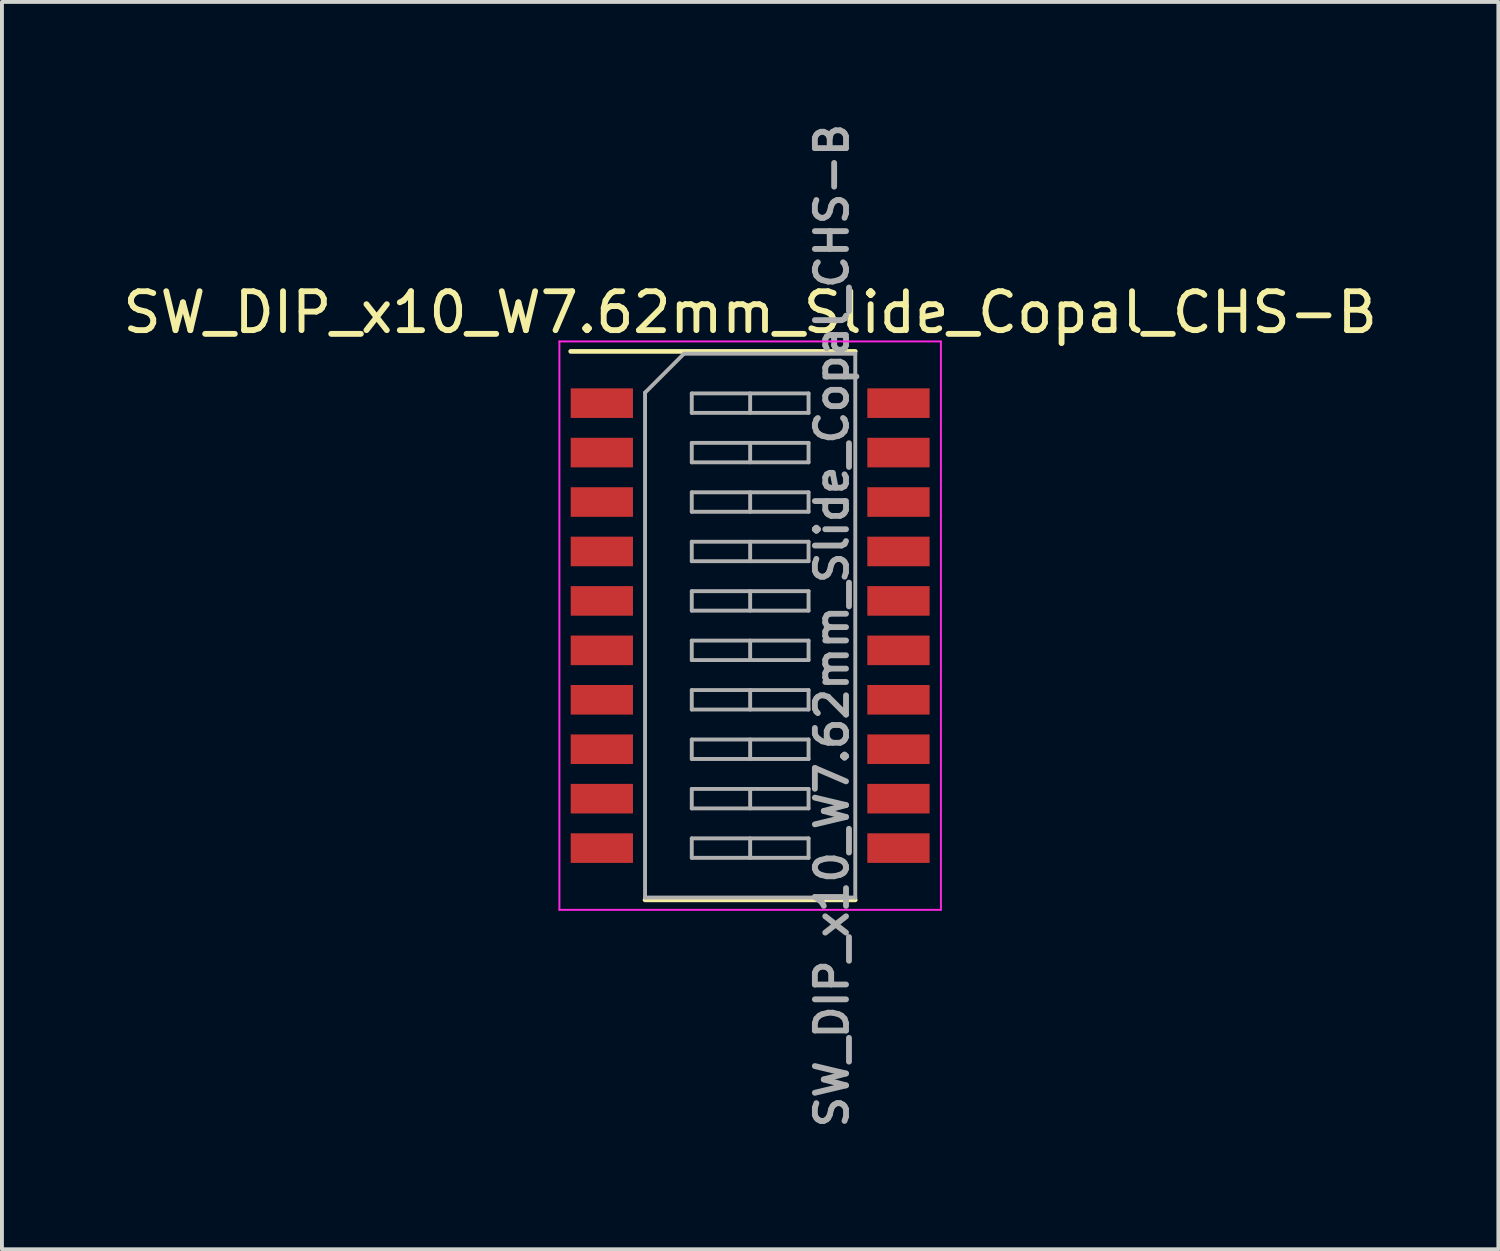
<source format=kicad_pcb>
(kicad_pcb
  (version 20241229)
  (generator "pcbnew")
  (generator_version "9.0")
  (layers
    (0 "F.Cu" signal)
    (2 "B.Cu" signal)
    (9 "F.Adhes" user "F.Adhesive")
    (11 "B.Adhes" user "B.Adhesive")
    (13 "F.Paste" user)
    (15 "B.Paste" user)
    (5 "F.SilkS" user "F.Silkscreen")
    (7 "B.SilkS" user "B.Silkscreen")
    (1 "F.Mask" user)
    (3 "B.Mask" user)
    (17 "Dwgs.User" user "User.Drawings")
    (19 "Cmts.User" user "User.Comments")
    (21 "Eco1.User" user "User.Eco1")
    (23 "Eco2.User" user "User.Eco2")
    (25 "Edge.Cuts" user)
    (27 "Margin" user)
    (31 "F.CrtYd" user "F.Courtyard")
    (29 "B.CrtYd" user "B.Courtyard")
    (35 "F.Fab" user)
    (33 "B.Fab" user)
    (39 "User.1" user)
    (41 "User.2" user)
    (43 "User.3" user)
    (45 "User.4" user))
  (footprint "SW_DIP_x10_W7.62mm_Slide_Copal_CHS-B"
    (layer "F.Cu")
    (at 16.22 13.021)
    (property "Reference" "SW_DIP_x10_W7.62mm_Slide_Copal_CHS-B" (at 0 -8.045 0) (layer "F.SilkS") (effects (font (size 1 1) (thickness 0.15))))
    (attr smd)
    (fp_line (start -4.61 -7.045) (end 2.7 -7.045) (stroke (width 0.12) (type solid)) (layer "F.SilkS"))
    (fp_line (start -2.7 7.045) (end 2.7 7.045) (stroke (width 0.12) (type solid)) (layer "F.SilkS"))
    (fp_line (start -4.9 -7.3) (end -4.9 7.3) (stroke (width 0.05) (type solid)) (layer "F.CrtYd"))
    (fp_line (start -4.9 7.3) (end 4.9 7.3) (stroke (width 0.05) (type solid)) (layer "F.CrtYd"))
    (fp_line (start 4.9 -7.3) (end -4.9 -7.3) (stroke (width 0.05) (type solid)) (layer "F.CrtYd"))
    (fp_line (start 4.9 7.3) (end 4.9 -7.3) (stroke (width 0.05) (type solid)) (layer "F.CrtYd"))
    (fp_line (start -2.7 -5.985) (end -1.7 -6.985) (stroke (width 0.1) (type solid)) (layer "F.Fab"))
    (fp_line (start -2.7 6.985) (end -2.7 -5.985) (stroke (width 0.1) (type solid)) (layer "F.Fab"))
    (fp_line (start -1.7 -6.985) (end 2.7 -6.985) (stroke (width 0.1) (type solid)) (layer "F.Fab"))
    (fp_line (start -1.5 -5.965) (end -1.5 -5.465) (stroke (width 0.1) (type solid)) (layer "F.Fab"))
    (fp_line (start -1.5 -5.465) (end 1.5 -5.465) (stroke (width 0.1) (type solid)) (layer "F.Fab"))
    (fp_line (start -1.5 -4.695) (end -1.5 -4.195) (stroke (width 0.1) (type solid)) (layer "F.Fab"))
    (fp_line (start -1.5 -4.195) (end 1.5 -4.195) (stroke (width 0.1) (type solid)) (layer "F.Fab"))
    (fp_line (start -1.5 -3.425) (end -1.5 -2.925) (stroke (width 0.1) (type solid)) (layer "F.Fab"))
    (fp_line (start -1.5 -2.925) (end 1.5 -2.925) (stroke (width 0.1) (type solid)) (layer "F.Fab"))
    (fp_line (start -1.5 -2.155) (end -1.5 -1.655) (stroke (width 0.1) (type solid)) (layer "F.Fab"))
    (fp_line (start -1.5 -1.655) (end 1.5 -1.655) (stroke (width 0.1) (type solid)) (layer "F.Fab"))
    (fp_line (start -1.5 -0.885) (end -1.5 -0.385) (stroke (width 0.1) (type solid)) (layer "F.Fab"))
    (fp_line (start -1.5 -0.385) (end 1.5 -0.385) (stroke (width 0.1) (type solid)) (layer "F.Fab"))
    (fp_line (start -1.5 0.385) (end -1.5 0.885) (stroke (width 0.1) (type solid)) (layer "F.Fab"))
    (fp_line (start -1.5 0.885) (end 1.5 0.885) (stroke (width 0.1) (type solid)) (layer "F.Fab"))
    (fp_line (start -1.5 1.655) (end -1.5 2.155) (stroke (width 0.1) (type solid)) (layer "F.Fab"))
    (fp_line (start -1.5 2.155) (end 1.5 2.155) (stroke (width 0.1) (type solid)) (layer "F.Fab"))
    (fp_line (start -1.5 2.925) (end -1.5 3.425) (stroke (width 0.1) (type solid)) (layer "F.Fab"))
    (fp_line (start -1.5 3.425) (end 1.5 3.425) (stroke (width 0.1) (type solid)) (layer "F.Fab"))
    (fp_line (start -1.5 4.195) (end -1.5 4.695) (stroke (width 0.1) (type solid)) (layer "F.Fab"))
    (fp_line (start -1.5 4.695) (end 1.5 4.695) (stroke (width 0.1) (type solid)) (layer "F.Fab"))
    (fp_line (start -1.5 5.465) (end -1.5 5.965) (stroke (width 0.1) (type solid)) (layer "F.Fab"))
    (fp_line (start -1.5 5.965) (end 1.5 5.965) (stroke (width 0.1) (type solid)) (layer "F.Fab"))
    (fp_line (start 0 -5.965) (end 0 -5.465) (stroke (width 0.1) (type solid)) (layer "F.Fab"))
    (fp_line (start 0 -4.695) (end 0 -4.195) (stroke (width 0.1) (type solid)) (layer "F.Fab"))
    (fp_line (start 0 -3.425) (end 0 -2.925) (stroke (width 0.1) (type solid)) (layer "F.Fab"))
    (fp_line (start 0 -2.155) (end 0 -1.655) (stroke (width 0.1) (type solid)) (layer "F.Fab"))
    (fp_line (start 0 -0.885) (end 0 -0.385) (stroke (width 0.1) (type solid)) (layer "F.Fab"))
    (fp_line (start 0 0.385) (end 0 0.885) (stroke (width 0.1) (type solid)) (layer "F.Fab"))
    (fp_line (start 0 1.655) (end 0 2.155) (stroke (width 0.1) (type solid)) (layer "F.Fab"))
    (fp_line (start 0 2.925) (end 0 3.425) (stroke (width 0.1) (type solid)) (layer "F.Fab"))
    (fp_line (start 0 4.195) (end 0 4.695) (stroke (width 0.1) (type solid)) (layer "F.Fab"))
    (fp_line (start 0 5.465) (end 0 5.965) (stroke (width 0.1) (type solid)) (layer "F.Fab"))
    (fp_line (start 1.5 -5.965) (end -1.5 -5.965) (stroke (width 0.1) (type solid)) (layer "F.Fab"))
    (fp_line (start 1.5 -5.465) (end 1.5 -5.965) (stroke (width 0.1) (type solid)) (layer "F.Fab"))
    (fp_line (start 1.5 -4.695) (end -1.5 -4.695) (stroke (width 0.1) (type solid)) (layer "F.Fab"))
    (fp_line (start 1.5 -4.195) (end 1.5 -4.695) (stroke (width 0.1) (type solid)) (layer "F.Fab"))
    (fp_line (start 1.5 -3.425) (end -1.5 -3.425) (stroke (width 0.1) (type solid)) (layer "F.Fab"))
    (fp_line (start 1.5 -2.925) (end 1.5 -3.425) (stroke (width 0.1) (type solid)) (layer "F.Fab"))
    (fp_line (start 1.5 -2.155) (end -1.5 -2.155) (stroke (width 0.1) (type solid)) (layer "F.Fab"))
    (fp_line (start 1.5 -1.655) (end 1.5 -2.155) (stroke (width 0.1) (type solid)) (layer "F.Fab"))
    (fp_line (start 1.5 -0.885) (end -1.5 -0.885) (stroke (width 0.1) (type solid)) (layer "F.Fab"))
    (fp_line (start 1.5 -0.385) (end 1.5 -0.885) (stroke (width 0.1) (type solid)) (layer "F.Fab"))
    (fp_line (start 1.5 0.385) (end -1.5 0.385) (stroke (width 0.1) (type solid)) (layer "F.Fab"))
    (fp_line (start 1.5 0.885) (end 1.5 0.385) (stroke (width 0.1) (type solid)) (layer "F.Fab"))
    (fp_line (start 1.5 1.655) (end -1.5 1.655) (stroke (width 0.1) (type solid)) (layer "F.Fab"))
    (fp_line (start 1.5 2.155) (end 1.5 1.655) (stroke (width 0.1) (type solid)) (layer "F.Fab"))
    (fp_line (start 1.5 2.925) (end -1.5 2.925) (stroke (width 0.1) (type solid)) (layer "F.Fab"))
    (fp_line (start 1.5 3.425) (end 1.5 2.925) (stroke (width 0.1) (type solid)) (layer "F.Fab"))
    (fp_line (start 1.5 4.195) (end -1.5 4.195) (stroke (width 0.1) (type solid)) (layer "F.Fab"))
    (fp_line (start 1.5 4.695) (end 1.5 4.195) (stroke (width 0.1) (type solid)) (layer "F.Fab"))
    (fp_line (start 1.5 5.465) (end -1.5 5.465) (stroke (width 0.1) (type solid)) (layer "F.Fab"))
    (fp_line (start 1.5 5.965) (end 1.5 5.465) (stroke (width 0.1) (type solid)) (layer "F.Fab"))
    (fp_line (start 2.7 -6.985) (end 2.7 6.985) (stroke (width 0.1) (type solid)) (layer "F.Fab"))
    (fp_line (start 2.7 6.985) (end -2.7 6.985) (stroke (width 0.1) (type solid)) (layer "F.Fab"))
    (fp_text user "${REFERENCE}" (at 2.1 0 90) (layer "F.Fab") (effects (font (size 0.8 0.8) (thickness 0.15))))
    (pad "1" smd rect (at -3.81 -5.715) (size 1.6 0.76) (layers "F.Cu" "F.Mask" "F.Paste"))
    (pad "2" smd rect (at -3.81 -4.445) (size 1.6 0.76) (layers "F.Cu" "F.Mask" "F.Paste"))
    (pad "3" smd rect (at -3.81 -3.175) (size 1.6 0.76) (layers "F.Cu" "F.Mask" "F.Paste"))
    (pad "4" smd rect (at -3.81 -1.905) (size 1.6 0.76) (layers "F.Cu" "F.Mask" "F.Paste"))
    (pad "5" smd rect (at -3.81 -0.635) (size 1.6 0.76) (layers "F.Cu" "F.Mask" "F.Paste"))
    (pad "6" smd rect (at -3.81 0.635) (size 1.6 0.76) (layers "F.Cu" "F.Mask" "F.Paste"))
    (pad "7" smd rect (at -3.81 1.905) (size 1.6 0.76) (layers "F.Cu" "F.Mask" "F.Paste"))
    (pad "8" smd rect (at -3.81 3.175) (size 1.6 0.76) (layers "F.Cu" "F.Mask" "F.Paste"))
    (pad "9" smd rect (at -3.81 4.445) (size 1.6 0.76) (layers "F.Cu" "F.Mask" "F.Paste"))
    (pad "10" smd rect (at -3.81 5.715) (size 1.6 0.76) (layers "F.Cu" "F.Mask" "F.Paste"))
    (pad "11" smd rect (at 3.81 5.715) (size 1.6 0.76) (layers "F.Cu" "F.Mask" "F.Paste"))
    (pad "12" smd rect (at 3.81 4.445) (size 1.6 0.76) (layers "F.Cu" "F.Mask" "F.Paste"))
    (pad "13" smd rect (at 3.81 3.175) (size 1.6 0.76) (layers "F.Cu" "F.Mask" "F.Paste"))
    (pad "14" smd rect (at 3.81 1.905) (size 1.6 0.76) (layers "F.Cu" "F.Mask" "F.Paste"))
    (pad "15" smd rect (at 3.81 0.635) (size 1.6 0.76) (layers "F.Cu" "F.Mask" "F.Paste"))
    (pad "16" smd rect (at 3.81 -0.635) (size 1.6 0.76) (layers "F.Cu" "F.Mask" "F.Paste"))
    (pad "17" smd rect (at 3.81 -1.905) (size 1.6 0.76) (layers "F.Cu" "F.Mask" "F.Paste"))
    (pad "18" smd rect (at 3.81 -3.175) (size 1.6 0.76) (layers "F.Cu" "F.Mask" "F.Paste"))
    (pad "19" smd rect (at 3.81 -4.445) (size 1.6 0.76) (layers "F.Cu" "F.Mask" "F.Paste"))
    (pad "20" smd rect (at 3.81 -5.715) (size 1.6 0.76) (layers "F.Cu" "F.Mask" "F.Paste")))
  (gr_rect
    (start -3 -3)
    (end 35.44 29.042)
    (stroke (width 0.1) (type default))
    (fill no)
    (layer "Edge.Cuts")))
</source>
